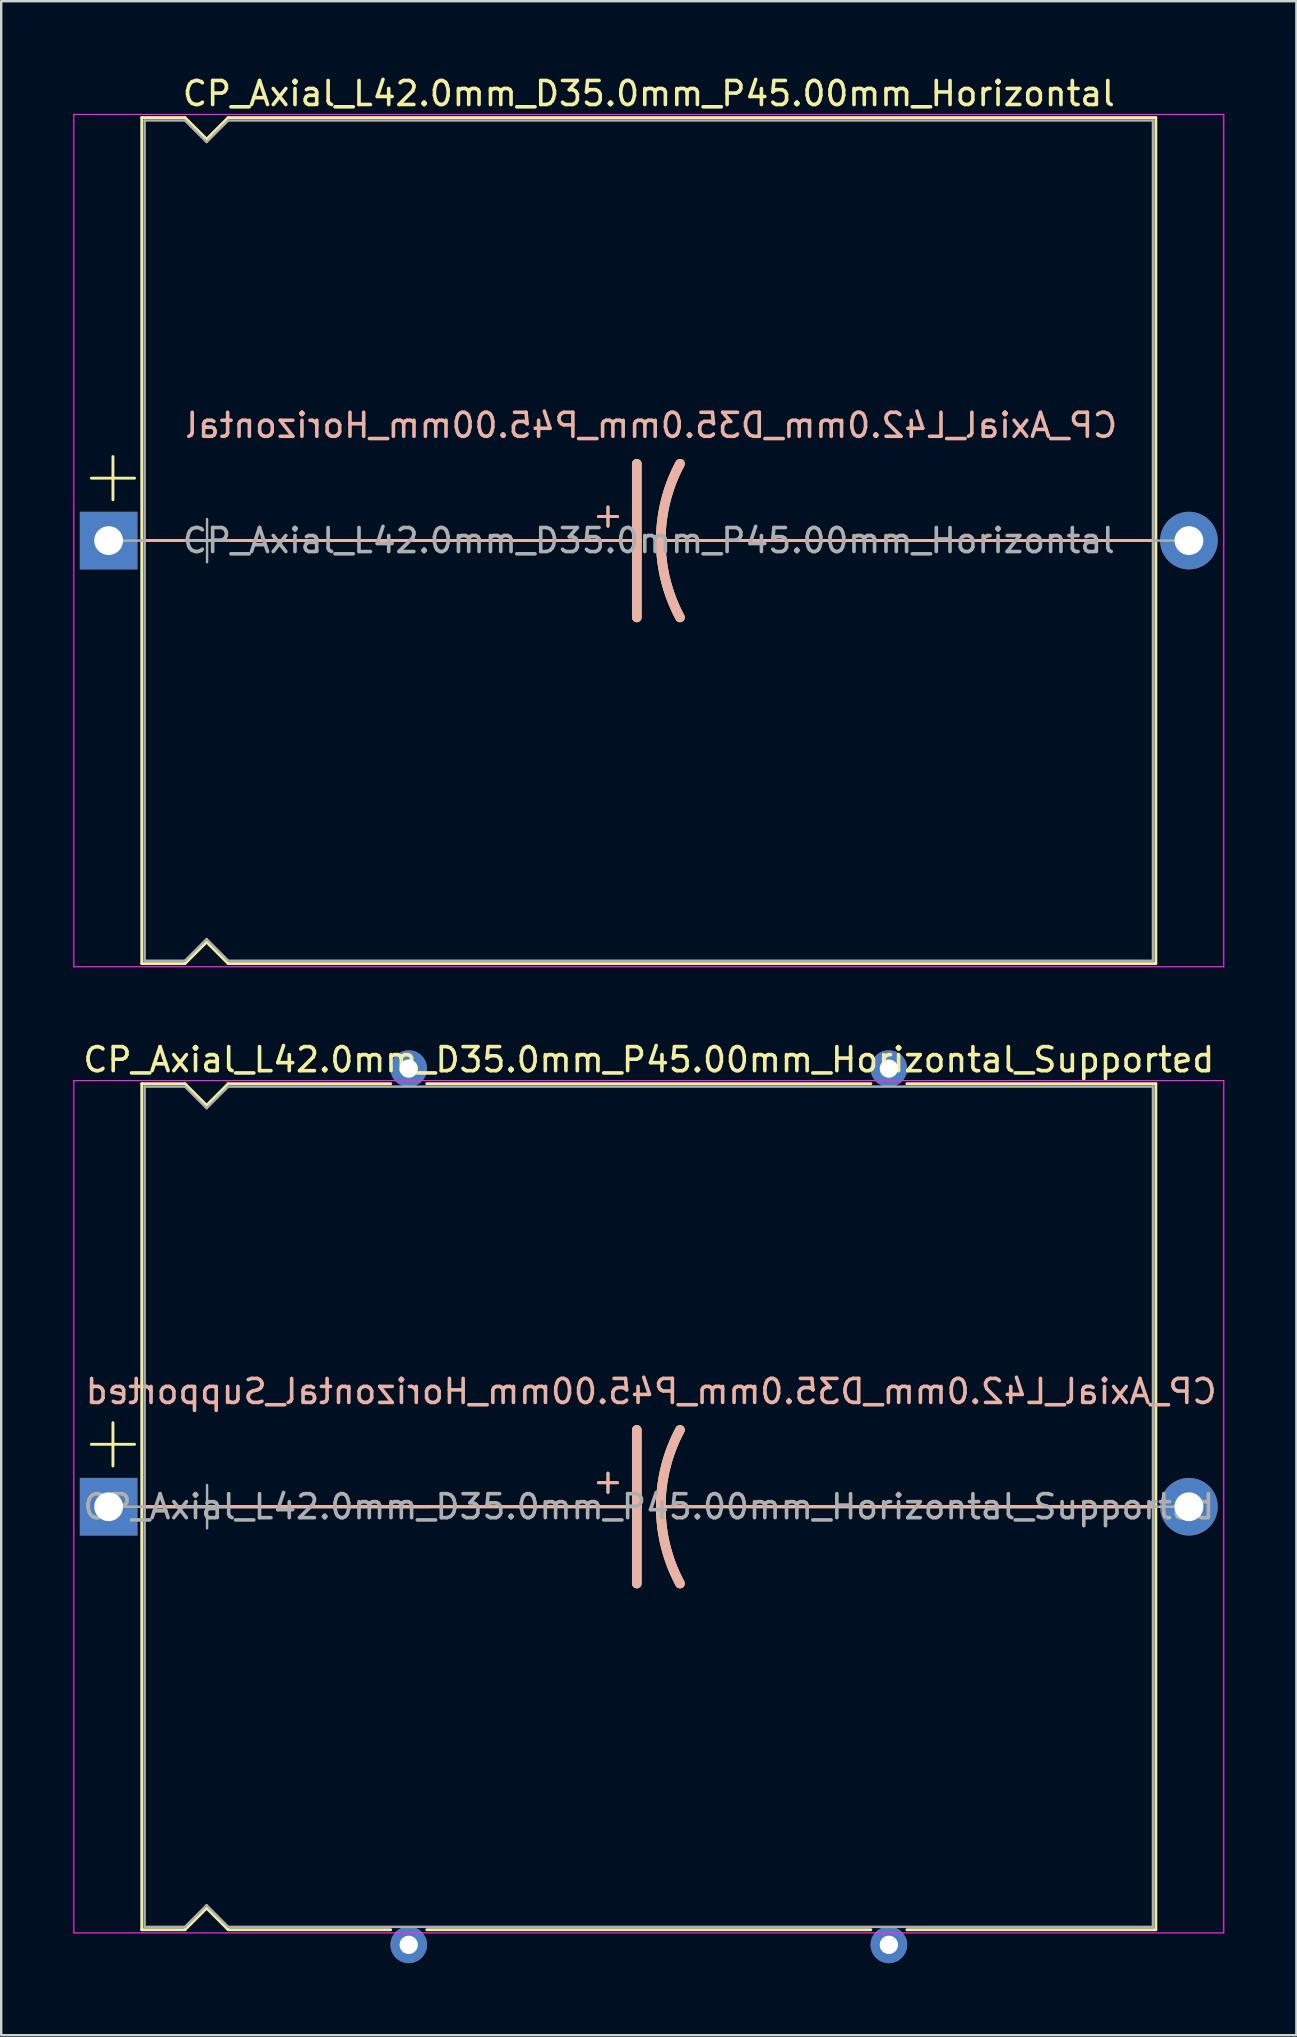
<source format=kicad_pcb>
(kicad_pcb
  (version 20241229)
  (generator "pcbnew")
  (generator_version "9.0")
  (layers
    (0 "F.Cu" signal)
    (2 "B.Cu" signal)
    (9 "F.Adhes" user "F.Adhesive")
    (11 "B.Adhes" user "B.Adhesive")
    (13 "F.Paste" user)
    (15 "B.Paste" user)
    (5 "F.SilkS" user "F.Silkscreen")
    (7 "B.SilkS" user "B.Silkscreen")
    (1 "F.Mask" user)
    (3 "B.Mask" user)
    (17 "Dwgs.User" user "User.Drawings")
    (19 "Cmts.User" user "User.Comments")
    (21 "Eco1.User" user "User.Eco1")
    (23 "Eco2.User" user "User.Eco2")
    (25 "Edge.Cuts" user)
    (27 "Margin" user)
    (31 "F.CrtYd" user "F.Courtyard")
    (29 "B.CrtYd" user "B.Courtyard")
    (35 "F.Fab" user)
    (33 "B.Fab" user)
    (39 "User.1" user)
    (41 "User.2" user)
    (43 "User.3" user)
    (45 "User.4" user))
  (footprint "CP_Axial_L42.0mm_D35.0mm_P45.00mm_Horizontal"
    (layer "F.Cu")
    (at 1.475 19.468)
    (property "Reference" "CP_Axial_L42.0mm_D35.0mm_P45.00mm_Horizontal" (at 22.5 -18.62 0) (layer "F.SilkS") (effects (font (size 1 1) (thickness 0.15))))
    (fp_line (start -0.72 -2.6) (end 1.08 -2.6) (stroke (width 0.12) (type solid)) (layer "F.SilkS"))
    (fp_line (start 0.18 -3.5) (end 0.18 -1.7) (stroke (width 0.12) (type solid)) (layer "F.SilkS"))
    (fp_line (start 1.38 -17.62) (end 1.38 17.62) (stroke (width 0.12) (type solid)) (layer "F.SilkS"))
    (fp_line (start 1.38 -17.62) (end 3.18 -17.62) (stroke (width 0.12) (type solid)) (layer "F.SilkS"))
    (fp_line (start 1.38 0) (end 22 0) (stroke (width 0.12) (type solid)) (layer "F.SilkS"))
    (fp_line (start 1.38 17.62) (end 3.18 17.62) (stroke (width 0.12) (type solid)) (layer "F.SilkS"))
    (fp_line (start 3.18 -17.62) (end 4.08 -16.72) (stroke (width 0.12) (type solid)) (layer "F.SilkS"))
    (fp_line (start 3.18 17.62) (end 4.08 16.72) (stroke (width 0.12) (type solid)) (layer "F.SilkS"))
    (fp_line (start 4.08 -16.72) (end 4.98 -17.62) (stroke (width 0.12) (type solid)) (layer "F.SilkS"))
    (fp_line (start 4.08 16.72) (end 4.98 17.62) (stroke (width 0.12) (type solid)) (layer "F.SilkS"))
    (fp_line (start 4.98 -17.62) (end 43.62 -17.62) (stroke (width 0.12) (type solid)) (layer "F.SilkS"))
    (fp_line (start 4.98 17.62) (end 43.62 17.62) (stroke (width 0.12) (type solid)) (layer "F.SilkS"))
    (fp_line (start 20.4 -1) (end 21.2 -1) (stroke (width 0.12) (type solid)) (layer "F.SilkS"))
    (fp_line (start 20.8 -1.4) (end 20.8 -0.6) (stroke (width 0.12) (type solid)) (layer "F.SilkS"))
    (fp_line (start 22 0) (end 22 -3.2) (stroke (width 0.4) (type solid)) (layer "F.SilkS"))
    (fp_line (start 22 0) (end 22 3.2) (stroke (width 0.4) (type solid)) (layer "F.SilkS"))
    (fp_line (start 43.62 -17.62) (end 43.62 17.62) (stroke (width 0.12) (type solid)) (layer "F.SilkS"))
    (fp_line (start 43.62 0) (end 23 0) (stroke (width 0.12) (type solid)) (layer "F.SilkS"))
    (fp_arc (start 23 0) (mid 23.203545 -1.649114) (end 23.8 -3.2) (stroke (width 0.4) (type solid)) (layer "F.SilkS"))
    (fp_arc (start 23.8 3.2) (mid 23.200704 1.649824) (end 23 0) (stroke (width 0.4) (type solid)) (layer "F.SilkS"))
    (fp_line (start 1.38 0) (end 22 0) (stroke (width 0.12) (type solid)) (layer "B.SilkS"))
    (fp_line (start 1.4 0) (end 13.38 0) (stroke (width 0.12) (type solid)) (layer "B.SilkS"))
    (fp_line (start 20.4 -1) (end 21.2 -1) (stroke (width 0.12) (type solid)) (layer "B.SilkS"))
    (fp_line (start 20.8 -0.6) (end 20.8 -1.4) (stroke (width 0.12) (type solid)) (layer "B.SilkS"))
    (fp_line (start 22 0) (end 22 -3.2) (stroke (width 0.4) (type solid)) (layer "B.SilkS"))
    (fp_line (start 22 0) (end 22 3.2) (stroke (width 0.4) (type solid)) (layer "B.SilkS"))
    (fp_line (start 43.6 0) (end 31.62 0) (stroke (width 0.12) (type solid)) (layer "B.SilkS"))
    (fp_line (start 43.62 0) (end 23 0) (stroke (width 0.12) (type solid)) (layer "B.SilkS"))
    (fp_arc (start 23 0) (mid 23.200703 -1.649824) (end 23.8 -3.2) (stroke (width 0.4) (type solid)) (layer "B.SilkS"))
    (fp_arc (start 23.8 3.2) (mid 23.203544 1.649114) (end 23 0) (stroke (width 0.4) (type solid)) (layer "B.SilkS"))
    (fp_line (start -1.45 -17.75) (end -1.45 17.75) (stroke (width 0.05) (type solid)) (layer "F.CrtYd"))
    (fp_line (start -1.45 17.75) (end 46.45 17.75) (stroke (width 0.05) (type solid)) (layer "F.CrtYd"))
    (fp_line (start 46.45 -17.75) (end -1.45 -17.75) (stroke (width 0.05) (type solid)) (layer "F.CrtYd"))
    (fp_line (start 46.45 17.75) (end 46.45 -17.75) (stroke (width 0.05) (type solid)) (layer "F.CrtYd"))
    (fp_line (start 0 0) (end 1.5 0) (stroke (width 0.1) (type solid)) (layer "F.Fab"))
    (fp_line (start 1.5 -17.5) (end 1.5 17.5) (stroke (width 0.1) (type solid)) (layer "F.Fab"))
    (fp_line (start 1.5 -17.5) (end 3.18 -17.5) (stroke (width 0.1) (type solid)) (layer "F.Fab"))
    (fp_line (start 1.5 17.5) (end 3.18 17.5) (stroke (width 0.1) (type solid)) (layer "F.Fab"))
    (fp_line (start 3.18 -17.5) (end 4.08 -16.6) (stroke (width 0.1) (type solid)) (layer "F.Fab"))
    (fp_line (start 3.18 17.5) (end 4.08 16.6) (stroke (width 0.1) (type solid)) (layer "F.Fab"))
    (fp_line (start 3.2 0) (end 5 0) (stroke (width 0.1) (type solid)) (layer "F.Fab"))
    (fp_line (start 4.08 -16.6) (end 4.98 -17.5) (stroke (width 0.1) (type solid)) (layer "F.Fab"))
    (fp_line (start 4.08 16.6) (end 4.98 17.5) (stroke (width 0.1) (type solid)) (layer "F.Fab"))
    (fp_line (start 4.1 -0.9) (end 4.1 0.9) (stroke (width 0.1) (type solid)) (layer "F.Fab"))
    (fp_line (start 4.98 -17.5) (end 43.5 -17.5) (stroke (width 0.1) (type solid)) (layer "F.Fab"))
    (fp_line (start 4.98 17.5) (end 43.5 17.5) (stroke (width 0.1) (type solid)) (layer "F.Fab"))
    (fp_line (start 43.5 -17.5) (end 43.5 17.5) (stroke (width 0.1) (type solid)) (layer "F.Fab"))
    (fp_line (start 45 0) (end 43.5 0) (stroke (width 0.1) (type solid)) (layer "F.Fab"))
    (fp_text user "${REFERENCE}" (at 22.6 -4.8 0) (layer "B.SilkS") (effects (font (size 1 1) (thickness 0.15)) (justify mirror)))
    (fp_text user "${REFERENCE}" (at 22.5 0 0) (layer "F.Fab") (effects (font (size 1 1) (thickness 0.15))))
    (pad "1" thru_hole rect (at 0 0) (size 2.4 2.4) (drill 1.2) (layers "*.Cu" "*.Mask"))
    (pad "2" thru_hole oval (at 45 0) (size 2.4 2.4) (drill 1.2) (layers "*.Cu" "*.Mask")))
  (footprint "CP_Axial_L42.0mm_D35.0mm_P45.00mm_Horizontal_Supported"
    (layer "F.Cu")
    (at 1.475 59.712)
    (property "Reference" "CP_Axial_L42.0mm_D35.0mm_P45.00mm_Horizontal_Supported" (at 22.5 -18.62 0) (layer "F.SilkS") (effects (font (size 1 1) (thickness 0.15))))
    (fp_line (start -0.72 -2.6) (end 1.08 -2.6) (stroke (width 0.12) (type solid)) (layer "F.SilkS"))
    (fp_line (start 0.18 -3.5) (end 0.18 -1.7) (stroke (width 0.12) (type solid)) (layer "F.SilkS"))
    (fp_line (start 1.38 -17.62) (end 1.38 17.62) (stroke (width 0.12) (type solid)) (layer "F.SilkS"))
    (fp_line (start 1.38 -17.62) (end 3.18 -17.62) (stroke (width 0.12) (type solid)) (layer "F.SilkS"))
    (fp_line (start 1.38 0) (end 22 0) (stroke (width 0.12) (type solid)) (layer "F.SilkS"))
    (fp_line (start 1.38 17.62) (end 3.18 17.62) (stroke (width 0.12) (type solid)) (layer "F.SilkS"))
    (fp_line (start 3.18 -17.62) (end 4.08 -16.72) (stroke (width 0.12) (type solid)) (layer "F.SilkS"))
    (fp_line (start 3.18 17.62) (end 4.08 16.72) (stroke (width 0.12) (type solid)) (layer "F.SilkS"))
    (fp_line (start 4.08 -16.72) (end 4.98 -17.62) (stroke (width 0.12) (type solid)) (layer "F.SilkS"))
    (fp_line (start 4.08 16.72) (end 4.98 17.62) (stroke (width 0.12) (type solid)) (layer "F.SilkS"))
    (fp_line (start 4.98 -17.62) (end 11.75 -17.62) (stroke (width 0.12) (type solid)) (layer "F.SilkS"))
    (fp_line (start 4.98 17.62) (end 11.75 17.62) (stroke (width 0.12) (type solid)) (layer "F.SilkS"))
    (fp_line (start 13.25 -17.62) (end 31.75 -17.62) (stroke (width 0.12) (type solid)) (layer "F.SilkS"))
    (fp_line (start 13.25 17.62) (end 31.75 17.62) (stroke (width 0.12) (type solid)) (layer "F.SilkS"))
    (fp_line (start 20.4 -1) (end 21.2 -1) (stroke (width 0.12) (type solid)) (layer "F.SilkS"))
    (fp_line (start 20.8 -1.4) (end 20.8 -0.6) (stroke (width 0.12) (type solid)) (layer "F.SilkS"))
    (fp_line (start 22 0) (end 22 -3.2) (stroke (width 0.4) (type solid)) (layer "F.SilkS"))
    (fp_line (start 22 0) (end 22 3.2) (stroke (width 0.4) (type solid)) (layer "F.SilkS"))
    (fp_line (start 33.25 -17.62) (end 43.62 -17.62) (stroke (width 0.12) (type solid)) (layer "F.SilkS"))
    (fp_line (start 33.25 17.62) (end 43.62 17.62) (stroke (width 0.12) (type solid)) (layer "F.SilkS"))
    (fp_line (start 43.62 -17.62) (end 43.62 17.62) (stroke (width 0.12) (type solid)) (layer "F.SilkS"))
    (fp_line (start 43.62 0) (end 23 0) (stroke (width 0.12) (type solid)) (layer "F.SilkS"))
    (fp_arc (start 23 0) (mid 23.203545 -1.649114) (end 23.8 -3.2) (stroke (width 0.4) (type solid)) (layer "F.SilkS"))
    (fp_arc (start 23.8 3.2) (mid 23.200704 1.649824) (end 23 0) (stroke (width 0.4) (type solid)) (layer "F.SilkS"))
    (fp_line (start 1.38 0) (end 22 0) (stroke (width 0.12) (type solid)) (layer "B.SilkS"))
    (fp_line (start 1.4 0) (end 13.38 0) (stroke (width 0.12) (type solid)) (layer "B.SilkS"))
    (fp_line (start 20.4 -1) (end 21.2 -1) (stroke (width 0.12) (type solid)) (layer "B.SilkS"))
    (fp_line (start 20.8 -0.6) (end 20.8 -1.4) (stroke (width 0.12) (type solid)) (layer "B.SilkS"))
    (fp_line (start 22 0) (end 22 -3.2) (stroke (width 0.4) (type solid)) (layer "B.SilkS"))
    (fp_line (start 22 0) (end 22 3.2) (stroke (width 0.4) (type solid)) (layer "B.SilkS"))
    (fp_line (start 43.6 0) (end 31.62 0) (stroke (width 0.12) (type solid)) (layer "B.SilkS"))
    (fp_line (start 43.62 0) (end 23 0) (stroke (width 0.12) (type solid)) (layer "B.SilkS"))
    (fp_arc (start 23 0) (mid 23.200703 -1.649824) (end 23.8 -3.2) (stroke (width 0.4) (type solid)) (layer "B.SilkS"))
    (fp_arc (start 23.8 3.2) (mid 23.203544 1.649114) (end 23 0) (stroke (width 0.4) (type solid)) (layer "B.SilkS"))
    (fp_line (start -1.45 -17.75) (end -1.45 17.75) (stroke (width 0.05) (type solid)) (layer "F.CrtYd"))
    (fp_line (start -1.45 17.75) (end 46.45 17.75) (stroke (width 0.05) (type solid)) (layer "F.CrtYd"))
    (fp_line (start 46.45 -17.75) (end -1.45 -17.75) (stroke (width 0.05) (type solid)) (layer "F.CrtYd"))
    (fp_line (start 46.45 17.75) (end 46.45 -17.75) (stroke (width 0.05) (type solid)) (layer "F.CrtYd"))
    (fp_line (start 0 0) (end 1.5 0) (stroke (width 0.1) (type solid)) (layer "F.Fab"))
    (fp_line (start 1.5 -17.5) (end 1.5 17.5) (stroke (width 0.1) (type solid)) (layer "F.Fab"))
    (fp_line (start 1.5 -17.5) (end 3.18 -17.5) (stroke (width 0.1) (type solid)) (layer "F.Fab"))
    (fp_line (start 1.5 17.5) (end 3.18 17.5) (stroke (width 0.1) (type solid)) (layer "F.Fab"))
    (fp_line (start 3.18 -17.5) (end 4.08 -16.6) (stroke (width 0.1) (type solid)) (layer "F.Fab"))
    (fp_line (start 3.18 17.5) (end 4.08 16.6) (stroke (width 0.1) (type solid)) (layer "F.Fab"))
    (fp_line (start 3.2 0) (end 5 0) (stroke (width 0.1) (type solid)) (layer "F.Fab"))
    (fp_line (start 4.08 -16.6) (end 4.98 -17.5) (stroke (width 0.1) (type solid)) (layer "F.Fab"))
    (fp_line (start 4.08 16.6) (end 4.98 17.5) (stroke (width 0.1) (type solid)) (layer "F.Fab"))
    (fp_line (start 4.1 -0.9) (end 4.1 0.9) (stroke (width 0.1) (type solid)) (layer "F.Fab"))
    (fp_line (start 4.98 -17.5) (end 43.5 -17.5) (stroke (width 0.1) (type solid)) (layer "F.Fab"))
    (fp_line (start 4.98 17.5) (end 43.5 17.5) (stroke (width 0.1) (type solid)) (layer "F.Fab"))
    (fp_line (start 43.5 -17.5) (end 43.5 17.5) (stroke (width 0.1) (type solid)) (layer "F.Fab"))
    (fp_line (start 45 0) (end 43.5 0) (stroke (width 0.1) (type solid)) (layer "F.Fab"))
    (fp_text user "${REFERENCE}" (at 22.6 -4.8 0) (layer "B.SilkS") (effects (font (size 1 1) (thickness 0.15)) (justify mirror)))
    (fp_text user "${REFERENCE}" (at 22.5 0 0) (layer "F.Fab") (effects (font (size 1 1) (thickness 0.15))))
    (pad "" thru_hole circle (at 12.5 -18.25) (size 1.524 1.524) (drill 0.762) (layers "*.Cu" "*.Mask"))
    (pad "" thru_hole circle (at 12.5 18.25) (size 1.524 1.524) (drill 0.762) (layers "*.Cu" "*.Mask"))
    (pad "" thru_hole circle (at 32.5 -18.25) (size 1.524 1.524) (drill 0.762) (layers "*.Cu" "*.Mask"))
    (pad "" thru_hole circle (at 32.5 18.25) (size 1.524 1.524) (drill 0.762) (layers "*.Cu" "*.Mask"))
    (pad "1" thru_hole rect (at 0 0) (size 2.4 2.4) (drill 1.2) (layers "*.Cu" "*.Mask"))
    (pad "2" thru_hole oval (at 45 0) (size 2.4 2.4) (drill 1.2) (layers "*.Cu" "*.Mask")))
  (gr_rect
    (start -3 -3)
    (end 50.95 81.724)
    (stroke (width 0.1) (type default))
    (fill no)
    (layer "Edge.Cuts")))
</source>
